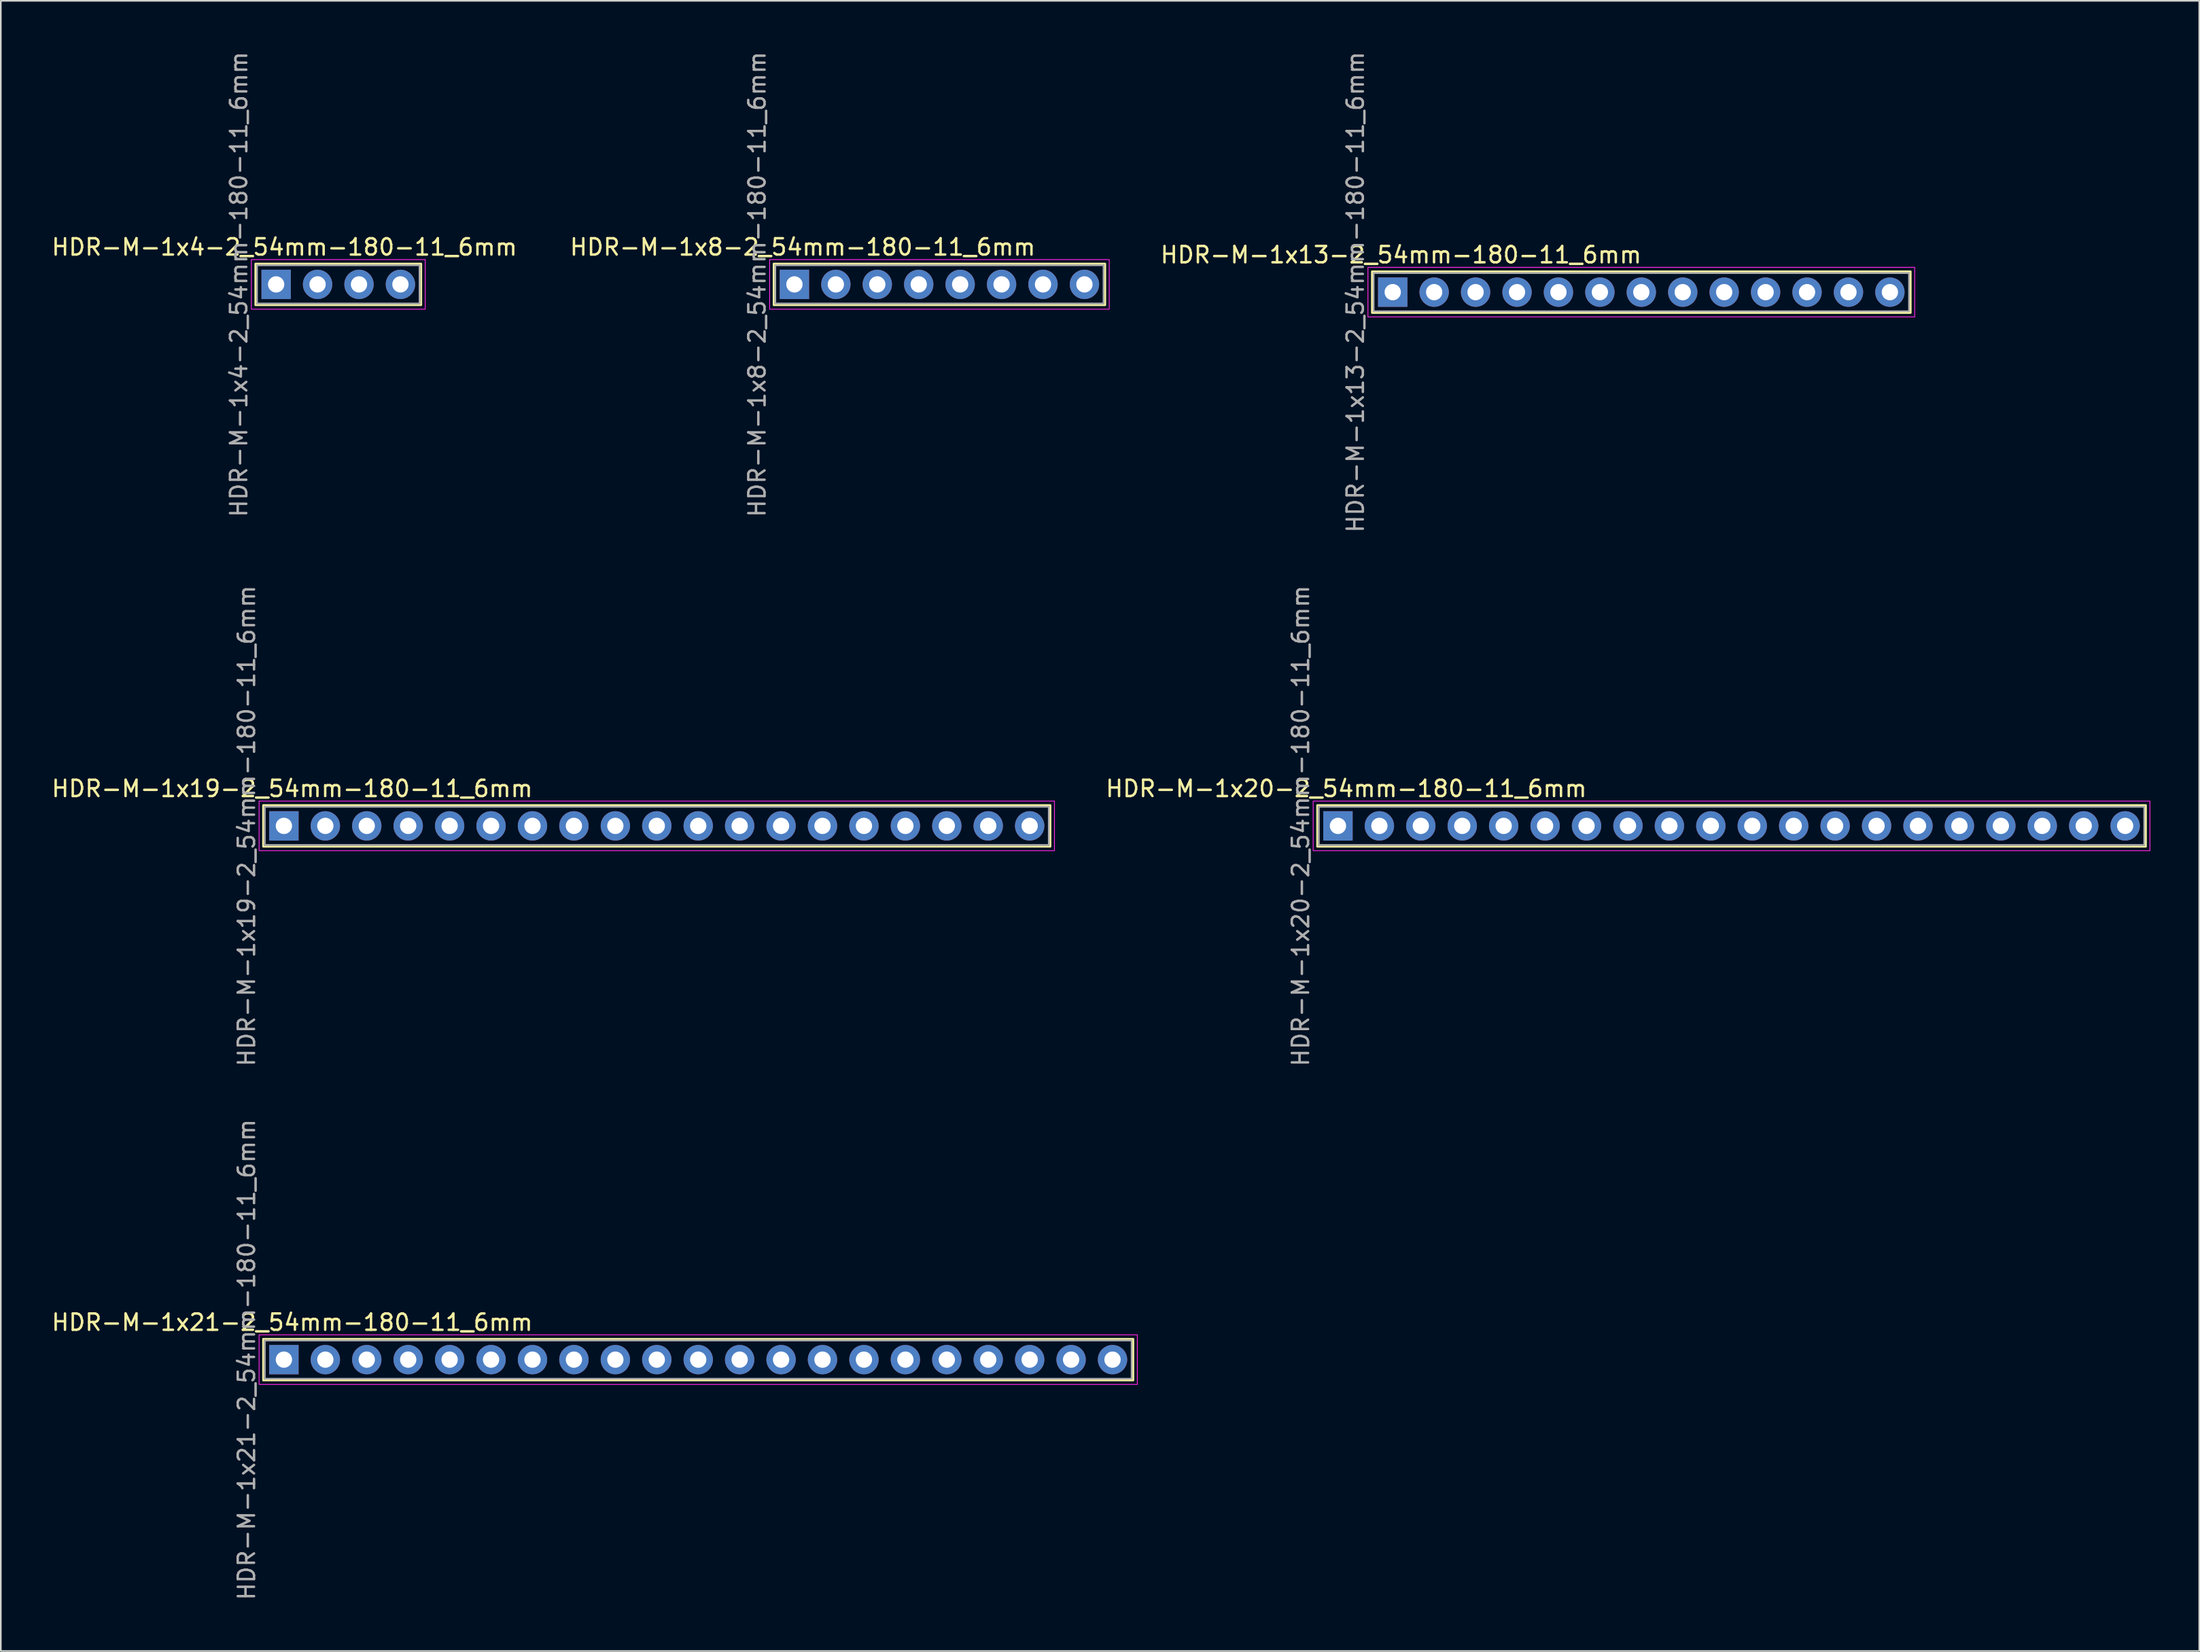
<source format=kicad_pcb>
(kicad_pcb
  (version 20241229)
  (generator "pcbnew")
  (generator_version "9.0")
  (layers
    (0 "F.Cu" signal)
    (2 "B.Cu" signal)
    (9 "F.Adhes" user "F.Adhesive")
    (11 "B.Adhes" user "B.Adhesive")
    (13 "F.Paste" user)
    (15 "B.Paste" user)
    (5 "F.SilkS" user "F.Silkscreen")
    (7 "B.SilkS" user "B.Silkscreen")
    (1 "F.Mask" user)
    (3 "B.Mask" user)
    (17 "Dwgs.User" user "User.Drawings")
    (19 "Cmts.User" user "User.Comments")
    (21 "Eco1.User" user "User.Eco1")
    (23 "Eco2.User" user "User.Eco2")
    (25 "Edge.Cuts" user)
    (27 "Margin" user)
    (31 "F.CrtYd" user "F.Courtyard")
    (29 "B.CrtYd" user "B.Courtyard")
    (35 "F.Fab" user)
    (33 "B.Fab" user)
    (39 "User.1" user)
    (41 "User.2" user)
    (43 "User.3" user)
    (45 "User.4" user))
  (footprint "HDR-M-1x13-2_54mm-180-11_6mm"
    (layer "F.Cu")
    (at 82.333 14.863)
    (property "Reference" "HDR-M-1x13-2_54mm-180-11_6mm" (at 0.508 -2.286 0) (unlocked yes) (layer "F.SilkS") (effects (font (size 1 1) (thickness 0.15))))
    (attr through_hole)
    (fp_rect (start -1.27 -1.27) (end 31.75 1.27) (stroke (width 0.12) (type solid)) (fill no) (layer "F.SilkS"))
    (fp_rect (start -1.52 -1.52) (end 32 1.52) (stroke (width 0.05) (type solid)) (fill no) (layer "F.CrtYd"))
    (fp_rect (start -1.17 -1.17) (end 31.65 1.17) (stroke (width 0.1) (type solid)) (fill no) (layer "F.Fab"))
    (fp_text user "${REFERENCE}" (at -2.286 0 90) (unlocked yes) (layer "F.Fab") (effects (font (size 1 1) (thickness 0.15))))
    (pad "1" thru_hole rect (at 0 0) (size 1.8 1.8) (drill 1) (layers "*.Cu" "*.Mask"))
    (pad "2" thru_hole circle (at 2.54 0) (size 1.8 1.8) (drill 1) (layers "*.Cu" "*.Mask"))
    (pad "3" thru_hole circle (at 5.08 0) (size 1.8 1.8) (drill 1) (layers "*.Cu" "*.Mask"))
    (pad "4" thru_hole circle (at 7.62 0) (size 1.8 1.8) (drill 1) (layers "*.Cu" "*.Mask"))
    (pad "5" thru_hole circle (at 10.16 0) (size 1.8 1.8) (drill 1) (layers "*.Cu" "*.Mask"))
    (pad "6" thru_hole circle (at 12.7 0) (size 1.8 1.8) (drill 1) (layers "*.Cu" "*.Mask"))
    (pad "7" thru_hole circle (at 15.24 0) (size 1.8 1.8) (drill 1) (layers "*.Cu" "*.Mask"))
    (pad "8" thru_hole circle (at 17.78 0) (size 1.8 1.8) (drill 1) (layers "*.Cu" "*.Mask"))
    (pad "9" thru_hole circle (at 20.32 0) (size 1.8 1.8) (drill 1) (layers "*.Cu" "*.Mask"))
    (pad "10" thru_hole circle (at 22.86 0) (size 1.8 1.8) (drill 1) (layers "*.Cu" "*.Mask"))
    (pad "11" thru_hole circle (at 25.4 0) (size 1.8 1.8) (drill 1) (layers "*.Cu" "*.Mask"))
    (pad "12" thru_hole circle (at 27.94 0) (size 1.8 1.8) (drill 1) (layers "*.Cu" "*.Mask"))
    (pad "13" thru_hole circle (at 30.48 0) (size 1.8 1.8) (drill 1) (layers "*.Cu" "*.Mask")))
  (footprint "HDR-M-1x8-2_54mm-180-11_6mm"
    (layer "F.Cu")
    (at 45.653 14.387)
    (property "Reference" "HDR-M-1x8-2_54mm-180-11_6mm" (at 0.508 -2.286 0) (unlocked yes) (layer "F.SilkS") (effects (font (size 1 1) (thickness 0.15))))
    (attr through_hole)
    (fp_rect (start -1.27 -1.27) (end 19.05 1.27) (stroke (width 0.12) (type solid)) (fill no) (layer "F.SilkS"))
    (fp_rect (start -1.52 -1.52) (end 19.3 1.52) (stroke (width 0.05) (type solid)) (fill no) (layer "F.CrtYd"))
    (fp_rect (start -1.17 -1.17) (end 18.95 1.17) (stroke (width 0.1) (type solid)) (fill no) (layer "F.Fab"))
    (fp_text user "${REFERENCE}" (at -2.286 0 90) (unlocked yes) (layer "F.Fab") (effects (font (size 1 1) (thickness 0.15))))
    (pad "1" thru_hole rect (at 0 0) (size 1.8 1.8) (drill 1) (layers "*.Cu" "*.Mask"))
    (pad "2" thru_hole circle (at 2.54 0) (size 1.8 1.8) (drill 1) (layers "*.Cu" "*.Mask"))
    (pad "3" thru_hole circle (at 5.08 0) (size 1.8 1.8) (drill 1) (layers "*.Cu" "*.Mask"))
    (pad "4" thru_hole circle (at 7.62 0) (size 1.8 1.8) (drill 1) (layers "*.Cu" "*.Mask"))
    (pad "5" thru_hole circle (at 10.16 0) (size 1.8 1.8) (drill 1) (layers "*.Cu" "*.Mask"))
    (pad "6" thru_hole circle (at 12.7 0) (size 1.8 1.8) (drill 1) (layers "*.Cu" "*.Mask"))
    (pad "7" thru_hole circle (at 15.24 0) (size 1.8 1.8) (drill 1) (layers "*.Cu" "*.Mask"))
    (pad "8" thru_hole circle (at 17.78 0) (size 1.8 1.8) (drill 1) (layers "*.Cu" "*.Mask")))
  (footprint "HDR-M-1x19-2_54mm-180-11_6mm"
    (layer "F.Cu")
    (at 14.355 47.589)
    (property "Reference" "HDR-M-1x19-2_54mm-180-11_6mm" (at 0.508 -2.286 0) (unlocked yes) (layer "F.SilkS") (effects (font (size 1 1) (thickness 0.15))))
    (attr through_hole)
    (fp_rect (start -1.27 -1.27) (end 46.99 1.27) (stroke (width 0.12) (type solid)) (fill no) (layer "F.SilkS"))
    (fp_rect (start -1.52 -1.52) (end 47.24 1.52) (stroke (width 0.05) (type solid)) (fill no) (layer "F.CrtYd"))
    (fp_rect (start -1.17 -1.17) (end 46.89 1.17) (stroke (width 0.1) (type solid)) (fill no) (layer "F.Fab"))
    (fp_text user "${REFERENCE}" (at -2.286 0 90) (unlocked yes) (layer "F.Fab") (effects (font (size 1 1) (thickness 0.15))))
    (pad "1" thru_hole rect (at 0 0) (size 1.8 1.8) (drill 1) (layers "*.Cu" "*.Mask"))
    (pad "2" thru_hole circle (at 2.54 0) (size 1.8 1.8) (drill 1) (layers "*.Cu" "*.Mask"))
    (pad "3" thru_hole circle (at 5.08 0) (size 1.8 1.8) (drill 1) (layers "*.Cu" "*.Mask"))
    (pad "4" thru_hole circle (at 7.62 0) (size 1.8 1.8) (drill 1) (layers "*.Cu" "*.Mask"))
    (pad "5" thru_hole circle (at 10.16 0) (size 1.8 1.8) (drill 1) (layers "*.Cu" "*.Mask"))
    (pad "6" thru_hole circle (at 12.7 0) (size 1.8 1.8) (drill 1) (layers "*.Cu" "*.Mask"))
    (pad "7" thru_hole circle (at 15.24 0) (size 1.8 1.8) (drill 1) (layers "*.Cu" "*.Mask"))
    (pad "8" thru_hole circle (at 17.78 0) (size 1.8 1.8) (drill 1) (layers "*.Cu" "*.Mask"))
    (pad "9" thru_hole circle (at 20.32 0) (size 1.8 1.8) (drill 1) (layers "*.Cu" "*.Mask"))
    (pad "10" thru_hole circle (at 22.86 0) (size 1.8 1.8) (drill 1) (layers "*.Cu" "*.Mask"))
    (pad "11" thru_hole circle (at 25.4 0) (size 1.8 1.8) (drill 1) (layers "*.Cu" "*.Mask"))
    (pad "12" thru_hole circle (at 27.94 0) (size 1.8 1.8) (drill 1) (layers "*.Cu" "*.Mask"))
    (pad "13" thru_hole circle (at 30.48 0) (size 1.8 1.8) (drill 1) (layers "*.Cu" "*.Mask"))
    (pad "14" thru_hole circle (at 33.02 0) (size 1.8 1.8) (drill 1) (layers "*.Cu" "*.Mask"))
    (pad "15" thru_hole circle (at 35.56 0) (size 1.8 1.8) (drill 1) (layers "*.Cu" "*.Mask"))
    (pad "16" thru_hole circle (at 38.1 0) (size 1.8 1.8) (drill 1) (layers "*.Cu" "*.Mask"))
    (pad "17" thru_hole circle (at 40.64 0) (size 1.8 1.8) (drill 1) (layers "*.Cu" "*.Mask"))
    (pad "18" thru_hole circle (at 43.18 0) (size 1.8 1.8) (drill 1) (layers "*.Cu" "*.Mask"))
    (pad "19" thru_hole circle (at 45.72 0) (size 1.8 1.8) (drill 1) (layers "*.Cu" "*.Mask")))
  (footprint "HDR-M-1x4-2_54mm-180-11_6mm"
    (layer "F.Cu")
    (at 13.879 14.387)
    (property "Reference" "HDR-M-1x4-2_54mm-180-11_6mm" (at 0.508 -2.286 0) (unlocked yes) (layer "F.SilkS") (effects (font (size 1 1) (thickness 0.15))))
    (attr through_hole)
    (fp_rect (start -1.27 -1.27) (end 8.89 1.27) (stroke (width 0.12) (type solid)) (fill no) (layer "F.SilkS"))
    (fp_rect (start -1.52 -1.52) (end 9.14 1.52) (stroke (width 0.05) (type solid)) (fill no) (layer "F.CrtYd"))
    (fp_rect (start -1.17 -1.17) (end 8.79 1.17) (stroke (width 0.1) (type solid)) (fill no) (layer "F.Fab"))
    (fp_text user "${REFERENCE}" (at -2.286 0 90) (unlocked yes) (layer "F.Fab") (effects (font (size 1 1) (thickness 0.15))))
    (pad "1" thru_hole rect (at 0 0) (size 1.8 1.8) (drill 1) (layers "*.Cu" "*.Mask"))
    (pad "2" thru_hole circle (at 2.54 0) (size 1.8 1.8) (drill 1) (layers "*.Cu" "*.Mask"))
    (pad "3" thru_hole circle (at 5.08 0) (size 1.8 1.8) (drill 1) (layers "*.Cu" "*.Mask"))
    (pad "4" thru_hole circle (at 7.62 0) (size 1.8 1.8) (drill 1) (layers "*.Cu" "*.Mask")))
  (footprint "HDR-M-1x20-2_54mm-180-11_6mm"
    (layer "F.Cu")
    (at 78.975 47.589)
    (property "Reference" "HDR-M-1x20-2_54mm-180-11_6mm" (at 0.508 -2.286 0) (unlocked yes) (layer "F.SilkS") (effects (font (size 1 1) (thickness 0.15))))
    (attr through_hole)
    (fp_rect (start -1.27 -1.27) (end 49.53 1.27) (stroke (width 0.12) (type solid)) (fill no) (layer "F.SilkS"))
    (fp_rect (start -1.52 -1.52) (end 49.78 1.52) (stroke (width 0.05) (type solid)) (fill no) (layer "F.CrtYd"))
    (fp_rect (start -1.17 -1.17) (end 49.43 1.17) (stroke (width 0.1) (type solid)) (fill no) (layer "F.Fab"))
    (fp_text user "${REFERENCE}" (at -2.286 0 90) (unlocked yes) (layer "F.Fab") (effects (font (size 1 1) (thickness 0.15))))
    (pad "1" thru_hole rect (at 0 0) (size 1.8 1.8) (drill 1) (layers "*.Cu" "*.Mask"))
    (pad "2" thru_hole circle (at 2.54 0) (size 1.8 1.8) (drill 1) (layers "*.Cu" "*.Mask"))
    (pad "3" thru_hole circle (at 5.08 0) (size 1.8 1.8) (drill 1) (layers "*.Cu" "*.Mask"))
    (pad "4" thru_hole circle (at 7.62 0) (size 1.8 1.8) (drill 1) (layers "*.Cu" "*.Mask"))
    (pad "5" thru_hole circle (at 10.16 0) (size 1.8 1.8) (drill 1) (layers "*.Cu" "*.Mask"))
    (pad "6" thru_hole circle (at 12.7 0) (size 1.8 1.8) (drill 1) (layers "*.Cu" "*.Mask"))
    (pad "7" thru_hole circle (at 15.24 0) (size 1.8 1.8) (drill 1) (layers "*.Cu" "*.Mask"))
    (pad "8" thru_hole circle (at 17.78 0) (size 1.8 1.8) (drill 1) (layers "*.Cu" "*.Mask"))
    (pad "9" thru_hole circle (at 20.32 0) (size 1.8 1.8) (drill 1) (layers "*.Cu" "*.Mask"))
    (pad "10" thru_hole circle (at 22.86 0) (size 1.8 1.8) (drill 1) (layers "*.Cu" "*.Mask"))
    (pad "11" thru_hole circle (at 25.4 0) (size 1.8 1.8) (drill 1) (layers "*.Cu" "*.Mask"))
    (pad "12" thru_hole circle (at 27.94 0) (size 1.8 1.8) (drill 1) (layers "*.Cu" "*.Mask"))
    (pad "13" thru_hole circle (at 30.48 0) (size 1.8 1.8) (drill 1) (layers "*.Cu" "*.Mask"))
    (pad "14" thru_hole circle (at 33.02 0) (size 1.8 1.8) (drill 1) (layers "*.Cu" "*.Mask"))
    (pad "15" thru_hole circle (at 35.56 0) (size 1.8 1.8) (drill 1) (layers "*.Cu" "*.Mask"))
    (pad "16" thru_hole circle (at 38.1 0) (size 1.8 1.8) (drill 1) (layers "*.Cu" "*.Mask"))
    (pad "17" thru_hole circle (at 40.64 0) (size 1.8 1.8) (drill 1) (layers "*.Cu" "*.Mask"))
    (pad "18" thru_hole circle (at 43.18 0) (size 1.8 1.8) (drill 1) (layers "*.Cu" "*.Mask"))
    (pad "19" thru_hole circle (at 45.72 0) (size 1.8 1.8) (drill 1) (layers "*.Cu" "*.Mask"))
    (pad "20" thru_hole circle (at 48.26 0) (size 1.8 1.8) (drill 1) (layers "*.Cu" "*.Mask")))
  (footprint "HDR-M-1x21-2_54mm-180-11_6mm"
    (layer "F.Cu")
    (at 14.355 80.315)
    (property "Reference" "HDR-M-1x21-2_54mm-180-11_6mm" (at 0.508 -2.286 0) (unlocked yes) (layer "F.SilkS") (effects (font (size 1 1) (thickness 0.15))))
    (attr through_hole)
    (fp_rect (start -1.27 -1.27) (end 52.07 1.27) (stroke (width 0.12) (type solid)) (fill no) (layer "F.SilkS"))
    (fp_rect (start -1.52 -1.52) (end 52.32 1.52) (stroke (width 0.05) (type solid)) (fill no) (layer "F.CrtYd"))
    (fp_rect (start -1.17 -1.17) (end 51.97 1.17) (stroke (width 0.1) (type solid)) (fill no) (layer "F.Fab"))
    (fp_text user "${REFERENCE}" (at -2.286 0 90) (unlocked yes) (layer "F.Fab") (effects (font (size 1 1) (thickness 0.15))))
    (pad "1" thru_hole rect (at 0 0) (size 1.8 1.8) (drill 1) (layers "*.Cu" "*.Mask"))
    (pad "2" thru_hole circle (at 2.54 0) (size 1.8 1.8) (drill 1) (layers "*.Cu" "*.Mask"))
    (pad "3" thru_hole circle (at 5.08 0) (size 1.8 1.8) (drill 1) (layers "*.Cu" "*.Mask"))
    (pad "4" thru_hole circle (at 7.62 0) (size 1.8 1.8) (drill 1) (layers "*.Cu" "*.Mask"))
    (pad "5" thru_hole circle (at 10.16 0) (size 1.8 1.8) (drill 1) (layers "*.Cu" "*.Mask"))
    (pad "6" thru_hole circle (at 12.7 0) (size 1.8 1.8) (drill 1) (layers "*.Cu" "*.Mask"))
    (pad "7" thru_hole circle (at 15.24 0) (size 1.8 1.8) (drill 1) (layers "*.Cu" "*.Mask"))
    (pad "8" thru_hole circle (at 17.78 0) (size 1.8 1.8) (drill 1) (layers "*.Cu" "*.Mask"))
    (pad "9" thru_hole circle (at 20.32 0) (size 1.8 1.8) (drill 1) (layers "*.Cu" "*.Mask"))
    (pad "10" thru_hole circle (at 22.86 0) (size 1.8 1.8) (drill 1) (layers "*.Cu" "*.Mask"))
    (pad "11" thru_hole circle (at 25.4 0) (size 1.8 1.8) (drill 1) (layers "*.Cu" "*.Mask"))
    (pad "12" thru_hole circle (at 27.94 0) (size 1.8 1.8) (drill 1) (layers "*.Cu" "*.Mask"))
    (pad "13" thru_hole circle (at 30.48 0) (size 1.8 1.8) (drill 1) (layers "*.Cu" "*.Mask"))
    (pad "14" thru_hole circle (at 33.02 0) (size 1.8 1.8) (drill 1) (layers "*.Cu" "*.Mask"))
    (pad "15" thru_hole circle (at 35.56 0) (size 1.8 1.8) (drill 1) (layers "*.Cu" "*.Mask"))
    (pad "16" thru_hole circle (at 38.1 0) (size 1.8 1.8) (drill 1) (layers "*.Cu" "*.Mask"))
    (pad "17" thru_hole circle (at 40.64 0) (size 1.8 1.8) (drill 1) (layers "*.Cu" "*.Mask"))
    (pad "18" thru_hole circle (at 43.18 0) (size 1.8 1.8) (drill 1) (layers "*.Cu" "*.Mask"))
    (pad "19" thru_hole circle (at 45.72 0) (size 1.8 1.8) (drill 1) (layers "*.Cu" "*.Mask"))
    (pad "20" thru_hole circle (at 48.26 0) (size 1.8 1.8) (drill 1) (layers "*.Cu" "*.Mask"))
    (pad "21" thru_hole circle (at 50.8 0) (size 1.8 1.8) (drill 1) (layers "*.Cu" "*.Mask")))
  (gr_rect
    (start -3 -3)
    (end 131.78 98.179)
    (stroke (width 0.1) (type default))
    (fill no)
    (layer "Edge.Cuts")))
</source>
